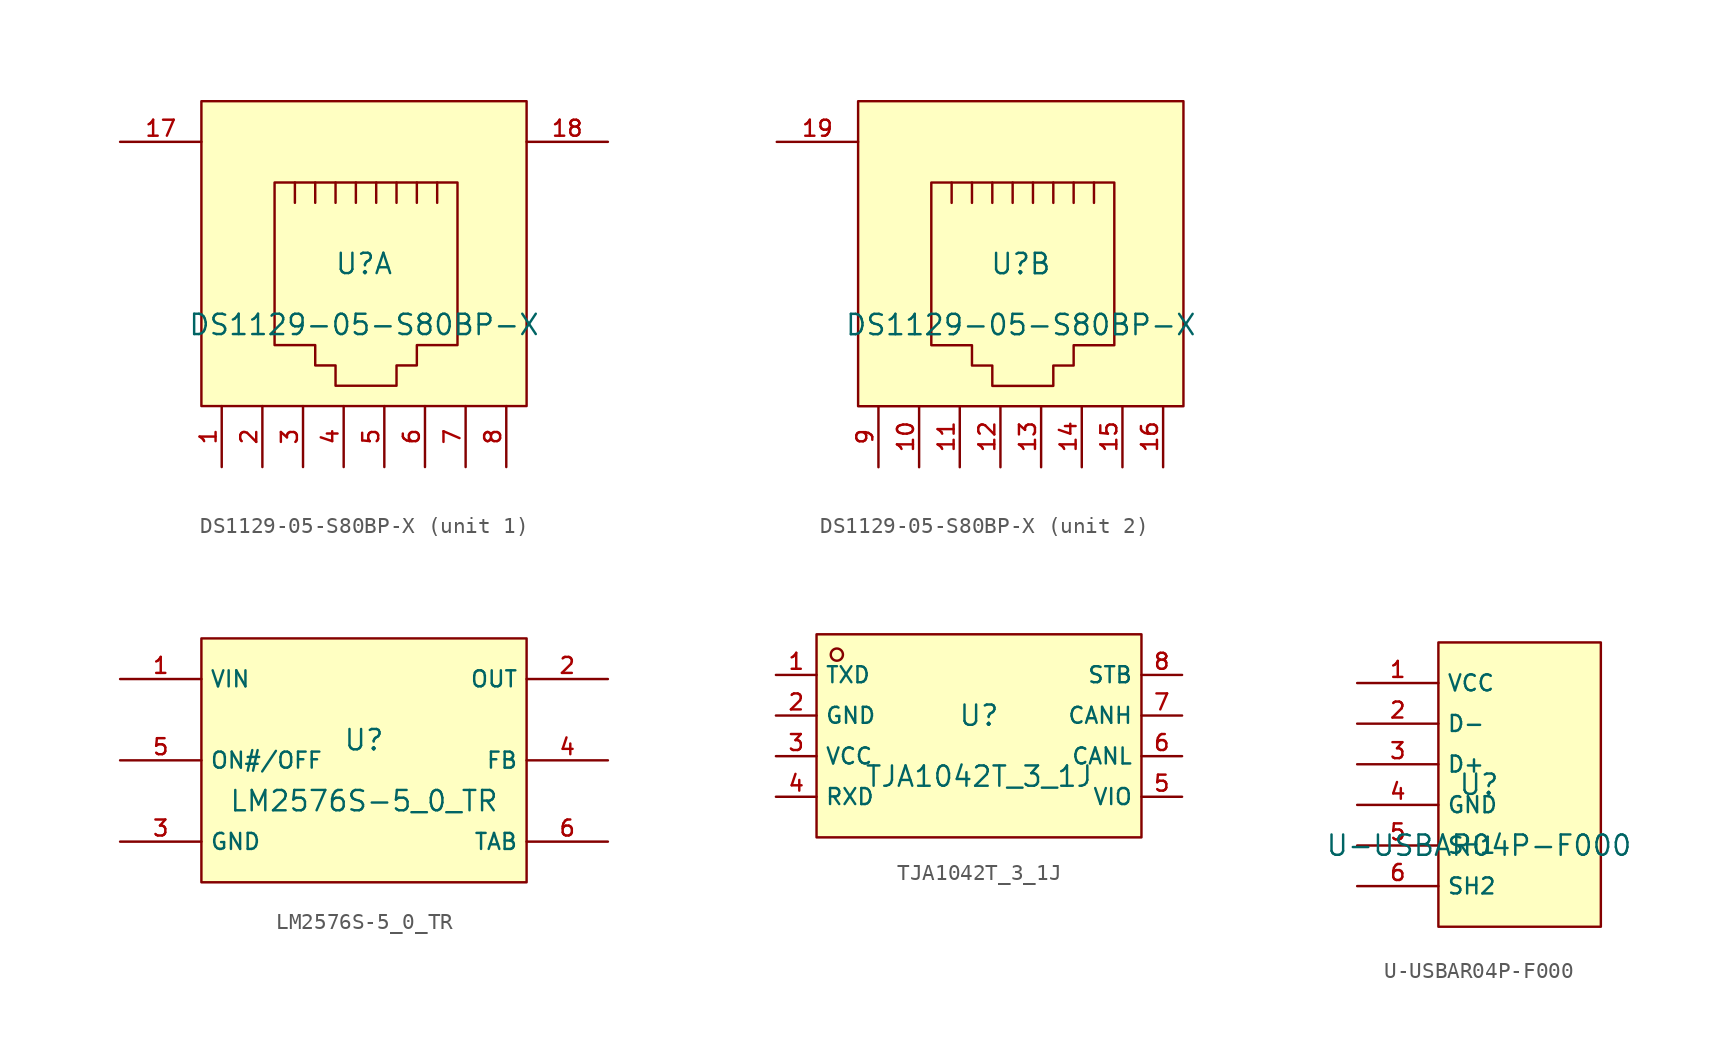
<source format=kicad_sym>
(kicad_symbol_lib
  (version 20210201)
  (generator TousstNicolas/JLC2KiCad_lib)
  (symbol "DS1129-05-S80BP-X"
    (pin_names hide)
    (property "Reference" "U"
      (at 0 1.27 0)
      (effects (font (size 1.27 1.27))))
    (property "Value" "DS1129-05-S80BP-X"
      (at 0 -2.54 0)
      (effects (font (size 1.27 1.27))))
    (symbol "DS1129-05-S80BP-X_1_1"
      (rectangle (start -10.16 11.43) (end 10.16 -7.62) (stroke (width 0) (type default) (color 0 0 0 0)) (fill (type background)))
      (polyline (pts (xy -4.318 5.08) (xy -4.318 6.35) (xy -4.318 6.35)) (stroke (width 0) (type default) (color 0 0 0 0)) (fill (type none)))
      (polyline (pts (xy -3.048 6.35) (xy -3.048 5.08) (xy -3.048 5.08)) (stroke (width 0) (type default) (color 0 0 0 0)) (fill (type none)))
      (polyline (pts (xy -1.778 6.35) (xy -1.778 5.08) (xy -1.778 5.08)) (stroke (width 0) (type default) (color 0 0 0 0)) (fill (type none)))
      (polyline (pts (xy -0.508 6.35) (xy -0.508 5.08) (xy -0.508 5.08)) (stroke (width 0) (type default) (color 0 0 0 0)) (fill (type none)))
      (polyline (pts (xy 0.762 6.35) (xy 0.762 5.08) (xy 0.762 5.08)) (stroke (width 0) (type default) (color 0 0 0 0)) (fill (type none)))
      (polyline (pts (xy 2.032 6.35) (xy 2.032 5.08) (xy 2.032 5.08)) (stroke (width 0) (type default) (color 0 0 0 0)) (fill (type none)))
      (polyline (pts (xy 3.302 5.08) (xy 3.302 6.35) (xy 3.302 6.35)) (stroke (width 0) (type default) (color 0 0 0 0)) (fill (type none)))
      (polyline (pts (xy 4.572 5.08) (xy 4.572 6.35) (xy 4.572 6.35)) (stroke (width 0) (type default) (color 0 0 0 0)) (fill (type none)))
      (polyline (pts (xy -5.588 6.35) (xy 5.842 6.35) (xy 5.842 -3.81) (xy 3.302 -3.81) (xy 3.302 -5.08) (xy 2.032 -5.08) (xy 2.032 -6.35) (xy -1.778 -6.35) (xy -1.778 -5.08) (xy -3.048 -5.08) (xy -3.048 -3.81) (xy -5.588 -3.81) (xy -5.588 6.35) (xy -5.588 6.35)) (stroke (width 0) (type default) (color 0 0 0 0)) (fill (type none)))
      (pin unspecified line (at -8.89 -11.43 90) (length 3.81) (name "1" (effects (font (size 1 1)))) (number "1" (effects (font (size 1 1)))))
      (pin unspecified line (at -6.35 -11.43 90) (length 3.81) (name "2" (effects (font (size 1 1)))) (number "2" (effects (font (size 1 1)))))
      (pin unspecified line (at -3.81 -11.43 90) (length 3.81) (name "3" (effects (font (size 1 1)))) (number "3" (effects (font (size 1 1)))))
      (pin unspecified line (at -1.27 -11.43 90) (length 3.81) (name "4" (effects (font (size 1 1)))) (number "4" (effects (font (size 1 1)))))
      (pin unspecified line (at 1.27 -11.43 90) (length 3.81) (name "5" (effects (font (size 1 1)))) (number "5" (effects (font (size 1 1)))))
      (pin unspecified line (at 3.81 -11.43 90) (length 3.81) (name "6" (effects (font (size 1 1)))) (number "6" (effects (font (size 1 1)))))
      (pin unspecified line (at 6.35 -11.43 90) (length 3.81) (name "7" (effects (font (size 1 1)))) (number "7" (effects (font (size 1 1)))))
      (pin unspecified line (at 8.89 -11.43 90) (length 3.81) (name "8" (effects (font (size 1 1)))) (number "8" (effects (font (size 1 1)))))
      (pin unspecified line (at 15.24 8.89 180) (length 5.08) (name "18" (effects (font (size 1 1)))) (number "18" (effects (font (size 1 1)))))
      (pin unspecified line (at -15.24 8.89 0) (length 5.08) (name "17" (effects (font (size 1 1)))) (number "17" (effects (font (size 1 1))))))
    (symbol "DS1129-05-S80BP-X_2_1"
      (rectangle (start -10.16 11.43) (end 10.16 -7.62) (stroke (width 0) (type default) (color 0 0 0 0)) (fill (type background)))
      (polyline (pts (xy -4.318 5.08) (xy -4.318 6.35) (xy -4.318 6.35)) (stroke (width 0) (type default) (color 0 0 0 0)) (fill (type none)))
      (polyline (pts (xy -3.048 6.35) (xy -3.048 5.08) (xy -3.048 5.08)) (stroke (width 0) (type default) (color 0 0 0 0)) (fill (type none)))
      (polyline (pts (xy -1.778 6.35) (xy -1.778 5.08) (xy -1.778 5.08)) (stroke (width 0) (type default) (color 0 0 0 0)) (fill (type none)))
      (polyline (pts (xy -0.508 6.35) (xy -0.508 5.08) (xy -0.508 5.08)) (stroke (width 0) (type default) (color 0 0 0 0)) (fill (type none)))
      (polyline (pts (xy 0.762 6.35) (xy 0.762 5.08) (xy 0.762 5.08)) (stroke (width 0) (type default) (color 0 0 0 0)) (fill (type none)))
      (polyline (pts (xy 2.032 6.35) (xy 2.032 5.08) (xy 2.032 5.08)) (stroke (width 0) (type default) (color 0 0 0 0)) (fill (type none)))
      (polyline (pts (xy 3.302 5.08) (xy 3.302 6.35) (xy 3.302 6.35)) (stroke (width 0) (type default) (color 0 0 0 0)) (fill (type none)))
      (polyline (pts (xy 4.572 5.08) (xy 4.572 6.35) (xy 4.572 6.35)) (stroke (width 0) (type default) (color 0 0 0 0)) (fill (type none)))
      (polyline (pts (xy -5.588 6.35) (xy 5.842 6.35) (xy 5.842 -3.81) (xy 3.302 -3.81) (xy 3.302 -5.08) (xy 2.032 -5.08) (xy 2.032 -6.35) (xy -1.778 -6.35) (xy -1.778 -5.08) (xy -3.048 -5.08) (xy -3.048 -3.81) (xy -5.588 -3.81) (xy -5.588 6.35) (xy -5.588 6.35)) (stroke (width 0) (type default) (color 0 0 0 0)) (fill (type none)))
      (pin unspecified line (at -8.89 -11.43 90) (length 3.81) (name "9" (effects (font (size 1 1)))) (number "9" (effects (font (size 1 1)))))
      (pin unspecified line (at -6.35 -11.43 90) (length 3.81) (name "10" (effects (font (size 1 1)))) (number "10" (effects (font (size 1 1)))))
      (pin unspecified line (at -3.81 -11.43 90) (length 3.81) (name "11" (effects (font (size 1 1)))) (number "11" (effects (font (size 1 1)))))
      (pin unspecified line (at -1.27 -11.43 90) (length 3.81) (name "12" (effects (font (size 1 1)))) (number "12" (effects (font (size 1 1)))))
      (pin unspecified line (at 1.27 -11.43 90) (length 3.81) (name "13" (effects (font (size 1 1)))) (number "13" (effects (font (size 1 1)))))
      (pin unspecified line (at 3.81 -11.43 90) (length 3.81) (name "14" (effects (font (size 1 1)))) (number "14" (effects (font (size 1 1)))))
      (pin unspecified line (at 6.35 -11.43 90) (length 3.81) (name "15" (effects (font (size 1 1)))) (number "15" (effects (font (size 1 1)))))
      (pin unspecified line (at 8.89 -11.43 90) (length 3.81) (name "16" (effects (font (size 1 1)))) (number "16" (effects (font (size 1 1)))))
      (pin unspecified line (at -15.24 8.89 0) (length 5.08) (name "19" (effects (font (size 1 1)))) (number "19" (effects (font (size 1 1)))))))
  (symbol "LM2576S-5_0_TR"
    (property "Reference" "U"
      (at 0 1.27 0)
      (effects (font (size 1.27 1.27))))
    (property "Value" "LM2576S-5_0_TR"
      (at 0 -2.54 0)
      (effects (font (size 1.27 1.27))))
    (symbol "LM2576S-5_0_TR_0_1"
      (rectangle (start -10.16 7.62) (end 10.16 -7.62) (stroke (width 0) (type default) (color 0 0 0 0)) (fill (type background)))
      (pin unspecified line (at 15.24 -0.0 180) (length 5.08) (name "FB" (effects (font (size 1 1)))) (number "4" (effects (font (size 1 1)))))
      (pin power_in line (at -15.24 5.08 0) (length 5.08) (name "VIN" (effects (font (size 1 1)))) (number "1" (effects (font (size 1 1)))))
      (pin unspecified line (at -15.24 -0.0 0) (length 5.08) (name "ON#/OFF" (effects (font (size 1 1)))) (number "5" (effects (font (size 1 1)))))
      (pin power_in line (at -15.24 -5.08 0) (length 5.08) (name "GND" (effects (font (size 1 1)))) (number "3" (effects (font (size 1 1)))))
      (pin power_in line (at 15.24 -5.08 180) (length 5.08) (name "TAB" (effects (font (size 1 1)))) (number "6" (effects (font (size 1 1)))))
      (pin power_in line (at 15.24 5.08 180) (length 5.08) (name "OUT" (effects (font (size 1 1)))) (number "2" (effects (font (size 1 1)))))))
  (symbol "TJA1042T_3_1J"
    (property "Reference" "U"
      (at 0 1.27 0)
      (effects (font (size 1.27 1.27))))
    (property "Value" "TJA1042T_3_1J"
      (at 0 -2.54 0)
      (effects (font (size 1.27 1.27))))
    (symbol "TJA1042T_3_1J_0_1"
      (rectangle (start -10.16 6.35) (end 10.16 -6.35) (stroke (width 0) (type default) (color 0 0 0 0)) (fill (type background)))
      (circle (center -8.89 5.08) (radius 0.381) (stroke (width 0) (type default) (color 0 0 0 0)) (fill (type background)))
      (pin unspecified line (at -12.7 3.81 0) (length 2.54) (name "TXD" (effects (font (size 1 1)))) (number "1" (effects (font (size 1 1)))))
      (pin unspecified line (at -12.7 1.27 0) (length 2.54) (name "GND" (effects (font (size 1 1)))) (number "2" (effects (font (size 1 1)))))
      (pin unspecified line (at -12.7 -1.27 0) (length 2.54) (name "VCC" (effects (font (size 1 1)))) (number "3" (effects (font (size 1 1)))))
      (pin unspecified line (at -12.7 -3.81 0) (length 2.54) (name "RXD" (effects (font (size 1 1)))) (number "4" (effects (font (size 1 1)))))
      (pin unspecified line (at 12.7 -3.81 180) (length 2.54) (name "VIO" (effects (font (size 1 1)))) (number "5" (effects (font (size 1 1)))))
      (pin unspecified line (at 12.7 -1.27 180) (length 2.54) (name "CANL" (effects (font (size 1 1)))) (number "6" (effects (font (size 1 1)))))
      (pin unspecified line (at 12.7 1.27 180) (length 2.54) (name "CANH" (effects (font (size 1 1)))) (number "7" (effects (font (size 1 1)))))
      (pin unspecified line (at 12.7 3.81 180) (length 2.54) (name "STB" (effects (font (size 1 1)))) (number "8" (effects (font (size 1 1)))))))
  (symbol "U-USBAR04P-F000"
    (property "Reference" "U"
      (at 0 1.27 0)
      (effects (font (size 1.27 1.27))))
    (property "Value" "U-USBAR04P-F000"
      (at 0 -2.54 0)
      (effects (font (size 1.27 1.27))))
    (symbol "U-USBAR04P-F000_0_1"
      (rectangle (start -2.54 10.16) (end 7.62 -7.62) (stroke (width 0) (type default) (color 0 0 0 0)) (fill (type background)))
      (pin unspecified line (at -7.62 7.62 0) (length 5.08) (name "VCC" (effects (font (size 1 1)))) (number "1" (effects (font (size 1 1)))))
      (pin unspecified line (at -7.62 5.08 0) (length 5.08) (name "D-" (effects (font (size 1 1)))) (number "2" (effects (font (size 1 1)))))
      (pin unspecified line (at -7.62 2.54 0) (length 5.08) (name "D+" (effects (font (size 1 1)))) (number "3" (effects (font (size 1 1)))))
      (pin unspecified line (at -7.62 -0.0 0) (length 5.08) (name "GND" (effects (font (size 1 1)))) (number "4" (effects (font (size 1 1)))))
      (pin unspecified line (at -7.62 -2.54 0) (length 5.08) (name "SH1" (effects (font (size 1 1)))) (number "5" (effects (font (size 1 1)))))
      (pin unspecified line (at -7.62 -5.08 0) (length 5.08) (name "SH2" (effects (font (size 1 1)))) (number "6" (effects (font (size 1 1))))))))
</source>
